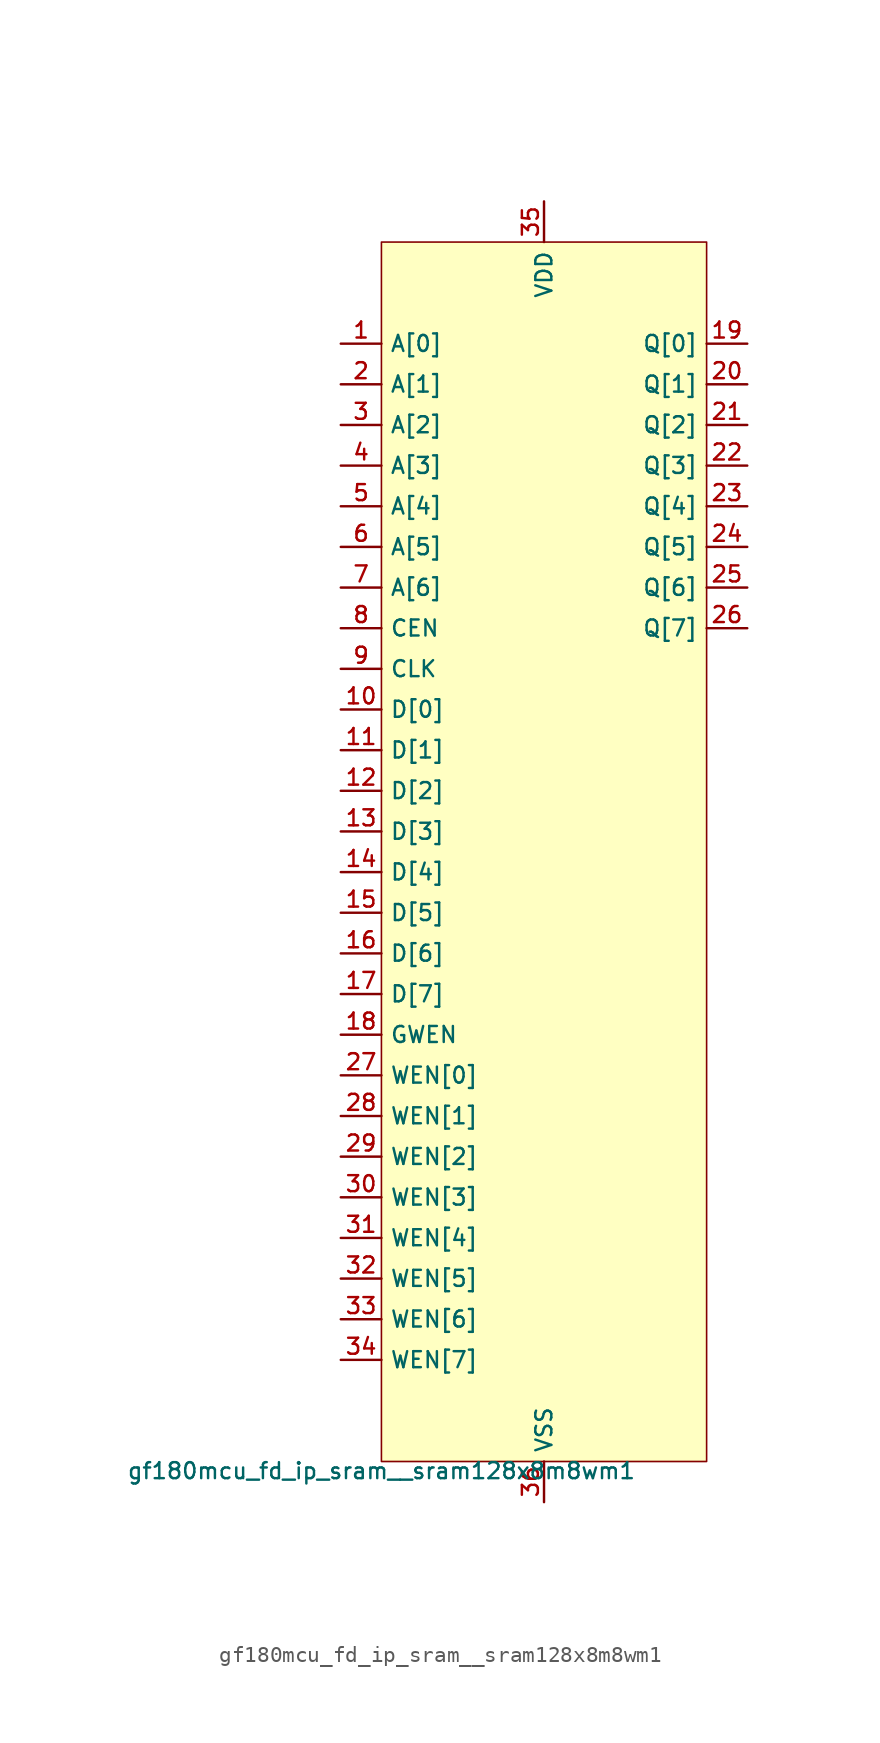
<source format=kicad_sym>
(kicad_symbol_lib
  (version 20211014)
  (generator pdk2kicad)
  (symbol "gf180mcu_fd_ip_sram__sram128x8m8wm1"
    (property "Reference" "X"
      (at 0 0 0)
      (effects (font (size 1 1)) hide))
    (property "Value" "gf180mcu_fd_ip_sram__sram128x8m8wm1"
      (at -10.16 -38.1 0)
      (effects (font (size 1 1)) (justify top)))
    (rectangle
      (start -10.16 -38.1)
      (end 10.16 38.1)
      (stroke (width 0.1) (type solid) (color 0 0 0 0))
      (fill (type background)))
    (pin input line
      (at -12.7 31.75 0)
      (length 2.54)
      (name "A[0]" (effects (font (size 1 1)) hide))
      (number "1" (effects (font (size 1 1)) hide)))
    (pin input line
      (at -12.7 29.21 0)
      (length 2.54)
      (name "A[1]" (effects (font (size 1 1)) hide))
      (number "2" (effects (font (size 1 1)) hide)))
    (pin input line
      (at -12.7 26.67 0)
      (length 2.54)
      (name "A[2]" (effects (font (size 1 1)) hide))
      (number "3" (effects (font (size 1 1)) hide)))
    (pin input line
      (at -12.7 24.13 0)
      (length 2.54)
      (name "A[3]" (effects (font (size 1 1)) hide))
      (number "4" (effects (font (size 1 1)) hide)))
    (pin input line
      (at -12.7 21.59 0)
      (length 2.54)
      (name "A[4]" (effects (font (size 1 1)) hide))
      (number "5" (effects (font (size 1 1)) hide)))
    (pin input line
      (at -12.7 19.05 0)
      (length 2.54)
      (name "A[5]" (effects (font (size 1 1)) hide))
      (number "6" (effects (font (size 1 1)) hide)))
    (pin input line
      (at -12.7 16.51 0)
      (length 2.54)
      (name "A[6]" (effects (font (size 1 1)) hide))
      (number "7" (effects (font (size 1 1)) hide)))
    (pin input line
      (at -12.7 13.97 0)
      (length 2.54)
      (name "CEN" (effects (font (size 1 1)) hide))
      (number "8" (effects (font (size 1 1)) hide)))
    (pin input line
      (at -12.7 11.43 0)
      (length 2.54)
      (name "CLK" (effects (font (size 1 1)) hide))
      (number "9" (effects (font (size 1 1)) hide)))
    (pin input line
      (at -12.7 8.89 0)
      (length 2.54)
      (name "D[0]" (effects (font (size 1 1)) hide))
      (number "10" (effects (font (size 1 1)) hide)))
    (pin input line
      (at -12.7 6.35 0)
      (length 2.54)
      (name "D[1]" (effects (font (size 1 1)) hide))
      (number "11" (effects (font (size 1 1)) hide)))
    (pin input line
      (at -12.7 3.81 0)
      (length 2.54)
      (name "D[2]" (effects (font (size 1 1)) hide))
      (number "12" (effects (font (size 1 1)) hide)))
    (pin input line
      (at -12.7 1.27 0)
      (length 2.54)
      (name "D[3]" (effects (font (size 1 1)) hide))
      (number "13" (effects (font (size 1 1)) hide)))
    (pin input line
      (at -12.7 -1.27 0)
      (length 2.54)
      (name "D[4]" (effects (font (size 1 1)) hide))
      (number "14" (effects (font (size 1 1)) hide)))
    (pin input line
      (at -12.7 -3.81 0)
      (length 2.54)
      (name "D[5]" (effects (font (size 1 1)) hide))
      (number "15" (effects (font (size 1 1)) hide)))
    (pin input line
      (at -12.7 -6.35 0)
      (length 2.54)
      (name "D[6]" (effects (font (size 1 1)) hide))
      (number "16" (effects (font (size 1 1)) hide)))
    (pin input line
      (at -12.7 -8.89 0)
      (length 2.54)
      (name "D[7]" (effects (font (size 1 1)) hide))
      (number "17" (effects (font (size 1 1)) hide)))
    (pin input line
      (at -12.7 -11.43 0)
      (length 2.54)
      (name "GWEN" (effects (font (size 1 1)) hide))
      (number "18" (effects (font (size 1 1)) hide)))
    (pin output line
      (at 12.7 31.75 180)
      (length 2.54)
      (name "Q[0]" (effects (font (size 1 1)) hide))
      (number "19" (effects (font (size 1 1)) hide)))
    (pin output line
      (at 12.7 29.21 180)
      (length 2.54)
      (name "Q[1]" (effects (font (size 1 1)) hide))
      (number "20" (effects (font (size 1 1)) hide)))
    (pin output line
      (at 12.7 26.67 180)
      (length 2.54)
      (name "Q[2]" (effects (font (size 1 1)) hide))
      (number "21" (effects (font (size 1 1)) hide)))
    (pin output line
      (at 12.7 24.13 180)
      (length 2.54)
      (name "Q[3]" (effects (font (size 1 1)) hide))
      (number "22" (effects (font (size 1 1)) hide)))
    (pin output line
      (at 12.7 21.59 180)
      (length 2.54)
      (name "Q[4]" (effects (font (size 1 1)) hide))
      (number "23" (effects (font (size 1 1)) hide)))
    (pin output line
      (at 12.7 19.05 180)
      (length 2.54)
      (name "Q[5]" (effects (font (size 1 1)) hide))
      (number "24" (effects (font (size 1 1)) hide)))
    (pin output line
      (at 12.7 16.51 180)
      (length 2.54)
      (name "Q[6]" (effects (font (size 1 1)) hide))
      (number "25" (effects (font (size 1 1)) hide)))
    (pin output line
      (at 12.7 13.97 180)
      (length 2.54)
      (name "Q[7]" (effects (font (size 1 1)) hide))
      (number "26" (effects (font (size 1 1)) hide)))
    (pin input line
      (at -12.7 -13.97 0)
      (length 2.54)
      (name "WEN[0]" (effects (font (size 1 1)) hide))
      (number "27" (effects (font (size 1 1)) hide)))
    (pin input line
      (at -12.7 -16.51 0)
      (length 2.54)
      (name "WEN[1]" (effects (font (size 1 1)) hide))
      (number "28" (effects (font (size 1 1)) hide)))
    (pin input line
      (at -12.7 -19.05 0)
      (length 2.54)
      (name "WEN[2]" (effects (font (size 1 1)) hide))
      (number "29" (effects (font (size 1 1)) hide)))
    (pin input line
      (at -12.7 -21.59 0)
      (length 2.54)
      (name "WEN[3]" (effects (font (size 1 1)) hide))
      (number "30" (effects (font (size 1 1)) hide)))
    (pin input line
      (at -12.7 -24.13 0)
      (length 2.54)
      (name "WEN[4]" (effects (font (size 1 1)) hide))
      (number "31" (effects (font (size 1 1)) hide)))
    (pin input line
      (at -12.7 -26.67 0)
      (length 2.54)
      (name "WEN[5]" (effects (font (size 1 1)) hide))
      (number "32" (effects (font (size 1 1)) hide)))
    (pin input line
      (at -12.7 -29.21 0)
      (length 2.54)
      (name "WEN[6]" (effects (font (size 1 1)) hide))
      (number "33" (effects (font (size 1 1)) hide)))
    (pin input line
      (at -12.7 -31.75 0)
      (length 2.54)
      (name "WEN[7]" (effects (font (size 1 1)) hide))
      (number "34" (effects (font (size 1 1)) hide)))
    (pin power_in line
      (at 0.0 40.64 270)
      (length 2.54)
      (name "VDD" (effects (font (size 1 1)) hide))
      (number "35" (effects (font (size 1 1)) hide)))
    (pin power_in line
      (at 0.0 -40.64 90)
      (length 2.54)
      (name "VSS" (effects (font (size 1 1)) hide))
      (number "36" (effects (font (size 1 1)) hide)))))
</source>
